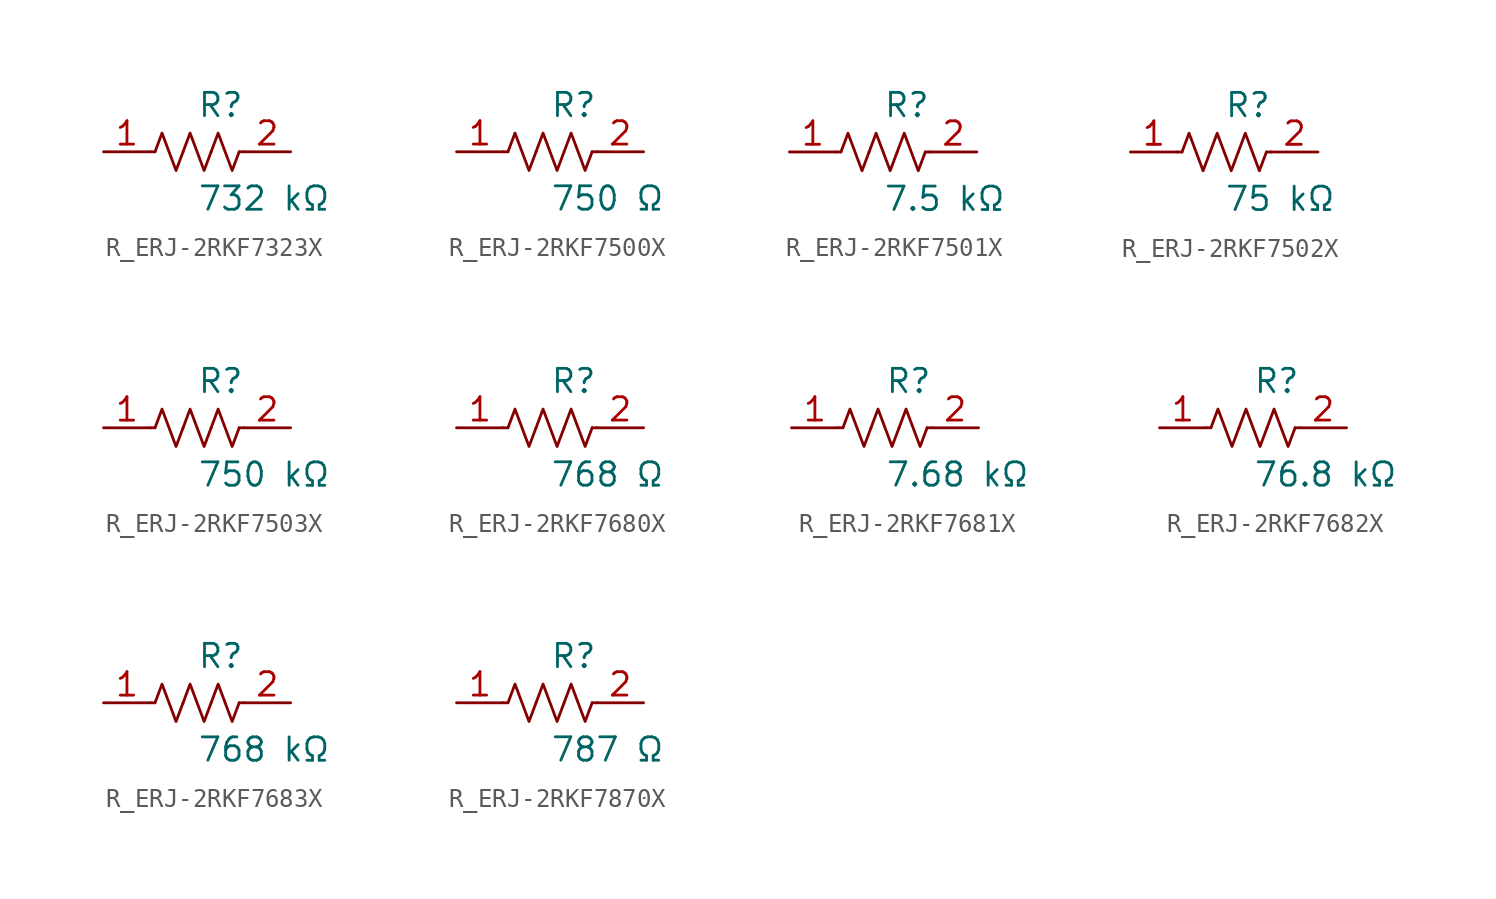
<source format=kicad_sym>
(kicad_symbol_lib
  (version 20231120)
  (generator kicad_symbol_editor)
  (generator_version 8.0)
  (symbol "R_ERJ-2RKF7323X"
    (pin_names
      (offset 0.254))
    (property "Reference" "R"
      (at 0 2.54 0)
      (effects (font (size 1.27 1.27)) (justify left)))
    (property "Value" "732 kΩ"
      (at 0 -2.54 0)
      (effects (font (size 1.27 1.27)) (justify left)))
    (symbol "R_ERJ-2RKF7323X_0_1"
      (polyline (pts (xy 2.286 0) (xy 2.54 0)) (stroke (width 0) (type default)) (fill (type none)))
      (polyline (pts (xy -2.286 0) (xy -2.54 0)) (stroke (width 0) (type default)) (fill (type none)))
      (polyline (pts (xy 0.762 0) (xy 1.143 1.016) (xy 1.524 0) (xy 1.905 -1.016) (xy 2.286 0)) (stroke (width 0) (type default)) (fill (type none)))
      (polyline (pts (xy -0.762 0) (xy -0.381 1.016) (xy 0 0) (xy 0.381 -1.016) (xy 0.762 0)) (stroke (width 0) (type default)) (fill (type none)))
      (polyline (pts (xy -2.286 0) (xy -1.905 1.016) (xy -1.524 0) (xy -1.143 -1.016) (xy -0.762 0)) (stroke (width 0) (type default)) (fill (type none))))
    (pin unspecified line
      (at -5.08 0 0)
      (length 2.54)
      (name "" (effects (font (size 1.27 1.27))))
      (number "1" (effects (font (size 1.27 1.27)))))
    (pin unspecified line
      (at 5.08 0 180)
      (length 2.54)
      (name "" (effects (font (size 1.27 1.27))))
      (number "2" (effects (font (size 1.27 1.27))))))
  (symbol "R_ERJ-2RKF7500X"
    (pin_names
      (offset 0.254))
    (property "Reference" "R"
      (at 0 2.54 0)
      (effects (font (size 1.27 1.27)) (justify left)))
    (property "Value" "750 Ω"
      (at 0 -2.54 0)
      (effects (font (size 1.27 1.27)) (justify left)))
    (symbol "R_ERJ-2RKF7500X_0_1"
      (polyline (pts (xy 2.286 0) (xy 2.54 0)) (stroke (width 0) (type default)) (fill (type none)))
      (polyline (pts (xy -2.286 0) (xy -2.54 0)) (stroke (width 0) (type default)) (fill (type none)))
      (polyline (pts (xy 0.762 0) (xy 1.143 1.016) (xy 1.524 0) (xy 1.905 -1.016) (xy 2.286 0)) (stroke (width 0) (type default)) (fill (type none)))
      (polyline (pts (xy -0.762 0) (xy -0.381 1.016) (xy 0 0) (xy 0.381 -1.016) (xy 0.762 0)) (stroke (width 0) (type default)) (fill (type none)))
      (polyline (pts (xy -2.286 0) (xy -1.905 1.016) (xy -1.524 0) (xy -1.143 -1.016) (xy -0.762 0)) (stroke (width 0) (type default)) (fill (type none))))
    (pin unspecified line
      (at -5.08 0 0)
      (length 2.54)
      (name "" (effects (font (size 1.27 1.27))))
      (number "1" (effects (font (size 1.27 1.27)))))
    (pin unspecified line
      (at 5.08 0 180)
      (length 2.54)
      (name "" (effects (font (size 1.27 1.27))))
      (number "2" (effects (font (size 1.27 1.27))))))
  (symbol "R_ERJ-2RKF7501X"
    (pin_names
      (offset 0.254))
    (property "Reference" "R"
      (at 0 2.54 0)
      (effects (font (size 1.27 1.27)) (justify left)))
    (property "Value" "7.5 kΩ"
      (at 0 -2.54 0)
      (effects (font (size 1.27 1.27)) (justify left)))
    (symbol "R_ERJ-2RKF7501X_0_1"
      (polyline (pts (xy 2.286 0) (xy 2.54 0)) (stroke (width 0) (type default)) (fill (type none)))
      (polyline (pts (xy -2.286 0) (xy -2.54 0)) (stroke (width 0) (type default)) (fill (type none)))
      (polyline (pts (xy 0.762 0) (xy 1.143 1.016) (xy 1.524 0) (xy 1.905 -1.016) (xy 2.286 0)) (stroke (width 0) (type default)) (fill (type none)))
      (polyline (pts (xy -0.762 0) (xy -0.381 1.016) (xy 0 0) (xy 0.381 -1.016) (xy 0.762 0)) (stroke (width 0) (type default)) (fill (type none)))
      (polyline (pts (xy -2.286 0) (xy -1.905 1.016) (xy -1.524 0) (xy -1.143 -1.016) (xy -0.762 0)) (stroke (width 0) (type default)) (fill (type none))))
    (pin unspecified line
      (at -5.08 0 0)
      (length 2.54)
      (name "" (effects (font (size 1.27 1.27))))
      (number "1" (effects (font (size 1.27 1.27)))))
    (pin unspecified line
      (at 5.08 0 180)
      (length 2.54)
      (name "" (effects (font (size 1.27 1.27))))
      (number "2" (effects (font (size 1.27 1.27))))))
  (symbol "R_ERJ-2RKF7502X"
    (pin_names
      (offset 0.254))
    (property "Reference" "R"
      (at 0 2.54 0)
      (effects (font (size 1.27 1.27)) (justify left)))
    (property "Value" "75 kΩ"
      (at 0 -2.54 0)
      (effects (font (size 1.27 1.27)) (justify left)))
    (symbol "R_ERJ-2RKF7502X_0_1"
      (polyline (pts (xy 2.286 0) (xy 2.54 0)) (stroke (width 0) (type default)) (fill (type none)))
      (polyline (pts (xy -2.286 0) (xy -2.54 0)) (stroke (width 0) (type default)) (fill (type none)))
      (polyline (pts (xy 0.762 0) (xy 1.143 1.016) (xy 1.524 0) (xy 1.905 -1.016) (xy 2.286 0)) (stroke (width 0) (type default)) (fill (type none)))
      (polyline (pts (xy -0.762 0) (xy -0.381 1.016) (xy 0 0) (xy 0.381 -1.016) (xy 0.762 0)) (stroke (width 0) (type default)) (fill (type none)))
      (polyline (pts (xy -2.286 0) (xy -1.905 1.016) (xy -1.524 0) (xy -1.143 -1.016) (xy -0.762 0)) (stroke (width 0) (type default)) (fill (type none))))
    (pin unspecified line
      (at -5.08 0 0)
      (length 2.54)
      (name "" (effects (font (size 1.27 1.27))))
      (number "1" (effects (font (size 1.27 1.27)))))
    (pin unspecified line
      (at 5.08 0 180)
      (length 2.54)
      (name "" (effects (font (size 1.27 1.27))))
      (number "2" (effects (font (size 1.27 1.27))))))
  (symbol "R_ERJ-2RKF7503X"
    (pin_names
      (offset 0.254))
    (property "Reference" "R"
      (at 0 2.54 0)
      (effects (font (size 1.27 1.27)) (justify left)))
    (property "Value" "750 kΩ"
      (at 0 -2.54 0)
      (effects (font (size 1.27 1.27)) (justify left)))
    (symbol "R_ERJ-2RKF7503X_0_1"
      (polyline (pts (xy 2.286 0) (xy 2.54 0)) (stroke (width 0) (type default)) (fill (type none)))
      (polyline (pts (xy -2.286 0) (xy -2.54 0)) (stroke (width 0) (type default)) (fill (type none)))
      (polyline (pts (xy 0.762 0) (xy 1.143 1.016) (xy 1.524 0) (xy 1.905 -1.016) (xy 2.286 0)) (stroke (width 0) (type default)) (fill (type none)))
      (polyline (pts (xy -0.762 0) (xy -0.381 1.016) (xy 0 0) (xy 0.381 -1.016) (xy 0.762 0)) (stroke (width 0) (type default)) (fill (type none)))
      (polyline (pts (xy -2.286 0) (xy -1.905 1.016) (xy -1.524 0) (xy -1.143 -1.016) (xy -0.762 0)) (stroke (width 0) (type default)) (fill (type none))))
    (pin unspecified line
      (at -5.08 0 0)
      (length 2.54)
      (name "" (effects (font (size 1.27 1.27))))
      (number "1" (effects (font (size 1.27 1.27)))))
    (pin unspecified line
      (at 5.08 0 180)
      (length 2.54)
      (name "" (effects (font (size 1.27 1.27))))
      (number "2" (effects (font (size 1.27 1.27))))))
  (symbol "R_ERJ-2RKF7680X"
    (pin_names
      (offset 0.254))
    (property "Reference" "R"
      (at 0 2.54 0)
      (effects (font (size 1.27 1.27)) (justify left)))
    (property "Value" "768 Ω"
      (at 0 -2.54 0)
      (effects (font (size 1.27 1.27)) (justify left)))
    (symbol "R_ERJ-2RKF7680X_0_1"
      (polyline (pts (xy 2.286 0) (xy 2.54 0)) (stroke (width 0) (type default)) (fill (type none)))
      (polyline (pts (xy -2.286 0) (xy -2.54 0)) (stroke (width 0) (type default)) (fill (type none)))
      (polyline (pts (xy 0.762 0) (xy 1.143 1.016) (xy 1.524 0) (xy 1.905 -1.016) (xy 2.286 0)) (stroke (width 0) (type default)) (fill (type none)))
      (polyline (pts (xy -0.762 0) (xy -0.381 1.016) (xy 0 0) (xy 0.381 -1.016) (xy 0.762 0)) (stroke (width 0) (type default)) (fill (type none)))
      (polyline (pts (xy -2.286 0) (xy -1.905 1.016) (xy -1.524 0) (xy -1.143 -1.016) (xy -0.762 0)) (stroke (width 0) (type default)) (fill (type none))))
    (pin unspecified line
      (at -5.08 0 0)
      (length 2.54)
      (name "" (effects (font (size 1.27 1.27))))
      (number "1" (effects (font (size 1.27 1.27)))))
    (pin unspecified line
      (at 5.08 0 180)
      (length 2.54)
      (name "" (effects (font (size 1.27 1.27))))
      (number "2" (effects (font (size 1.27 1.27))))))
  (symbol "R_ERJ-2RKF7681X"
    (pin_names
      (offset 0.254))
    (property "Reference" "R"
      (at 0 2.54 0)
      (effects (font (size 1.27 1.27)) (justify left)))
    (property "Value" "7.68 kΩ"
      (at 0 -2.54 0)
      (effects (font (size 1.27 1.27)) (justify left)))
    (symbol "R_ERJ-2RKF7681X_0_1"
      (polyline (pts (xy 2.286 0) (xy 2.54 0)) (stroke (width 0) (type default)) (fill (type none)))
      (polyline (pts (xy -2.286 0) (xy -2.54 0)) (stroke (width 0) (type default)) (fill (type none)))
      (polyline (pts (xy 0.762 0) (xy 1.143 1.016) (xy 1.524 0) (xy 1.905 -1.016) (xy 2.286 0)) (stroke (width 0) (type default)) (fill (type none)))
      (polyline (pts (xy -0.762 0) (xy -0.381 1.016) (xy 0 0) (xy 0.381 -1.016) (xy 0.762 0)) (stroke (width 0) (type default)) (fill (type none)))
      (polyline (pts (xy -2.286 0) (xy -1.905 1.016) (xy -1.524 0) (xy -1.143 -1.016) (xy -0.762 0)) (stroke (width 0) (type default)) (fill (type none))))
    (pin unspecified line
      (at -5.08 0 0)
      (length 2.54)
      (name "" (effects (font (size 1.27 1.27))))
      (number "1" (effects (font (size 1.27 1.27)))))
    (pin unspecified line
      (at 5.08 0 180)
      (length 2.54)
      (name "" (effects (font (size 1.27 1.27))))
      (number "2" (effects (font (size 1.27 1.27))))))
  (symbol "R_ERJ-2RKF7682X"
    (pin_names
      (offset 0.254))
    (property "Reference" "R"
      (at 0 2.54 0)
      (effects (font (size 1.27 1.27)) (justify left)))
    (property "Value" "76.8 kΩ"
      (at 0 -2.54 0)
      (effects (font (size 1.27 1.27)) (justify left)))
    (symbol "R_ERJ-2RKF7682X_0_1"
      (polyline (pts (xy 2.286 0) (xy 2.54 0)) (stroke (width 0) (type default)) (fill (type none)))
      (polyline (pts (xy -2.286 0) (xy -2.54 0)) (stroke (width 0) (type default)) (fill (type none)))
      (polyline (pts (xy 0.762 0) (xy 1.143 1.016) (xy 1.524 0) (xy 1.905 -1.016) (xy 2.286 0)) (stroke (width 0) (type default)) (fill (type none)))
      (polyline (pts (xy -0.762 0) (xy -0.381 1.016) (xy 0 0) (xy 0.381 -1.016) (xy 0.762 0)) (stroke (width 0) (type default)) (fill (type none)))
      (polyline (pts (xy -2.286 0) (xy -1.905 1.016) (xy -1.524 0) (xy -1.143 -1.016) (xy -0.762 0)) (stroke (width 0) (type default)) (fill (type none))))
    (pin unspecified line
      (at -5.08 0 0)
      (length 2.54)
      (name "" (effects (font (size 1.27 1.27))))
      (number "1" (effects (font (size 1.27 1.27)))))
    (pin unspecified line
      (at 5.08 0 180)
      (length 2.54)
      (name "" (effects (font (size 1.27 1.27))))
      (number "2" (effects (font (size 1.27 1.27))))))
  (symbol "R_ERJ-2RKF7683X"
    (pin_names
      (offset 0.254))
    (property "Reference" "R"
      (at 0 2.54 0)
      (effects (font (size 1.27 1.27)) (justify left)))
    (property "Value" "768 kΩ"
      (at 0 -2.54 0)
      (effects (font (size 1.27 1.27)) (justify left)))
    (symbol "R_ERJ-2RKF7683X_0_1"
      (polyline (pts (xy 2.286 0) (xy 2.54 0)) (stroke (width 0) (type default)) (fill (type none)))
      (polyline (pts (xy -2.286 0) (xy -2.54 0)) (stroke (width 0) (type default)) (fill (type none)))
      (polyline (pts (xy 0.762 0) (xy 1.143 1.016) (xy 1.524 0) (xy 1.905 -1.016) (xy 2.286 0)) (stroke (width 0) (type default)) (fill (type none)))
      (polyline (pts (xy -0.762 0) (xy -0.381 1.016) (xy 0 0) (xy 0.381 -1.016) (xy 0.762 0)) (stroke (width 0) (type default)) (fill (type none)))
      (polyline (pts (xy -2.286 0) (xy -1.905 1.016) (xy -1.524 0) (xy -1.143 -1.016) (xy -0.762 0)) (stroke (width 0) (type default)) (fill (type none))))
    (pin unspecified line
      (at -5.08 0 0)
      (length 2.54)
      (name "" (effects (font (size 1.27 1.27))))
      (number "1" (effects (font (size 1.27 1.27)))))
    (pin unspecified line
      (at 5.08 0 180)
      (length 2.54)
      (name "" (effects (font (size 1.27 1.27))))
      (number "2" (effects (font (size 1.27 1.27))))))
  (symbol "R_ERJ-2RKF7870X"
    (pin_names
      (offset 0.254))
    (property "Reference" "R"
      (at 0 2.54 0)
      (effects (font (size 1.27 1.27)) (justify left)))
    (property "Value" "787 Ω"
      (at 0 -2.54 0)
      (effects (font (size 1.27 1.27)) (justify left)))
    (symbol "R_ERJ-2RKF7870X_0_1"
      (polyline (pts (xy 2.286 0) (xy 2.54 0)) (stroke (width 0) (type default)) (fill (type none)))
      (polyline (pts (xy -2.286 0) (xy -2.54 0)) (stroke (width 0) (type default)) (fill (type none)))
      (polyline (pts (xy 0.762 0) (xy 1.143 1.016) (xy 1.524 0) (xy 1.905 -1.016) (xy 2.286 0)) (stroke (width 0) (type default)) (fill (type none)))
      (polyline (pts (xy -0.762 0) (xy -0.381 1.016) (xy 0 0) (xy 0.381 -1.016) (xy 0.762 0)) (stroke (width 0) (type default)) (fill (type none)))
      (polyline (pts (xy -2.286 0) (xy -1.905 1.016) (xy -1.524 0) (xy -1.143 -1.016) (xy -0.762 0)) (stroke (width 0) (type default)) (fill (type none))))
    (pin unspecified line
      (at -5.08 0 0)
      (length 2.54)
      (name "" (effects (font (size 1.27 1.27))))
      (number "1" (effects (font (size 1.27 1.27)))))
    (pin unspecified line
      (at 5.08 0 180)
      (length 2.54)
      (name "" (effects (font (size 1.27 1.27))))
      (number "2" (effects (font (size 1.27 1.27)))))))
</source>
